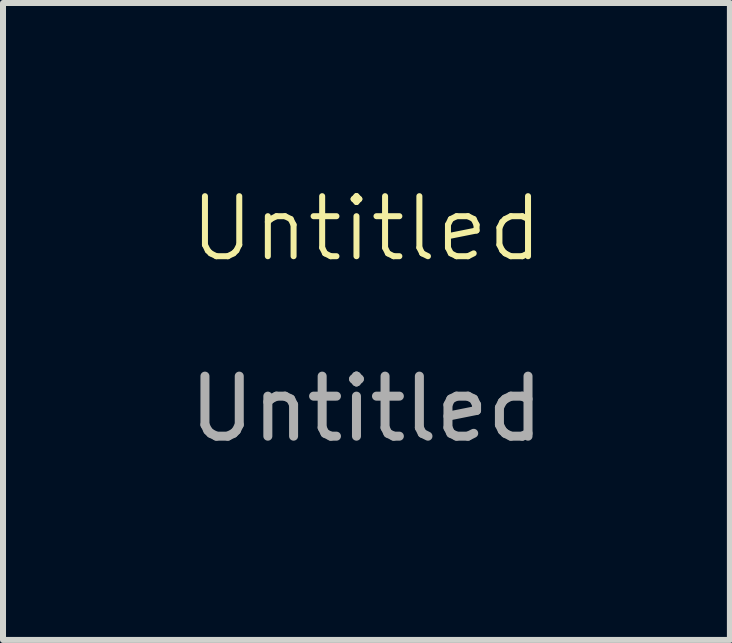
<source format=kicad_pcb>
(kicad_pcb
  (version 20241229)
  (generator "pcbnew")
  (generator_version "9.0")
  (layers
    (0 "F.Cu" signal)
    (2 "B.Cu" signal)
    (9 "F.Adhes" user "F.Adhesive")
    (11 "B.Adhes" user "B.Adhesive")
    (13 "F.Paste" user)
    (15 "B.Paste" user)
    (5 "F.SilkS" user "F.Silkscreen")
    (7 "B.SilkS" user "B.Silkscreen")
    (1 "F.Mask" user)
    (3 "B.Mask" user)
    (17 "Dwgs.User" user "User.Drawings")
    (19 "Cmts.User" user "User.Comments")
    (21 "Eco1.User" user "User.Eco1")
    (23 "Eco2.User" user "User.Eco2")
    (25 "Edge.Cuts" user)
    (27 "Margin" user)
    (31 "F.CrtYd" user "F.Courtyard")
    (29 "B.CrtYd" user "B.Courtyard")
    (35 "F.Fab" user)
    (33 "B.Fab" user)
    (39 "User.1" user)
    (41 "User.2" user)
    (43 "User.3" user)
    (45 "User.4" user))
  (footprint "Untitled"
    (layer "F.Cu")
    (at 3.054 1.26)
    (property "Reference" "Untitled" (at 0 -0.5 0) (unlocked yes) (layer "F.SilkS") (effects (font (size 1 1) (thickness 0.1))))
    (fp_text user "${REFERENCE}" (at 0 2.5 0) (unlocked yes) (layer "F.Fab") (effects (font (size 1 1) (thickness 0.15)))))
  (gr_rect
    (start -3 -3)
    (end 9.107 7.609)
    (stroke (width 0.1) (type default))
    (fill no)
    (layer "Edge.Cuts")))
</source>
